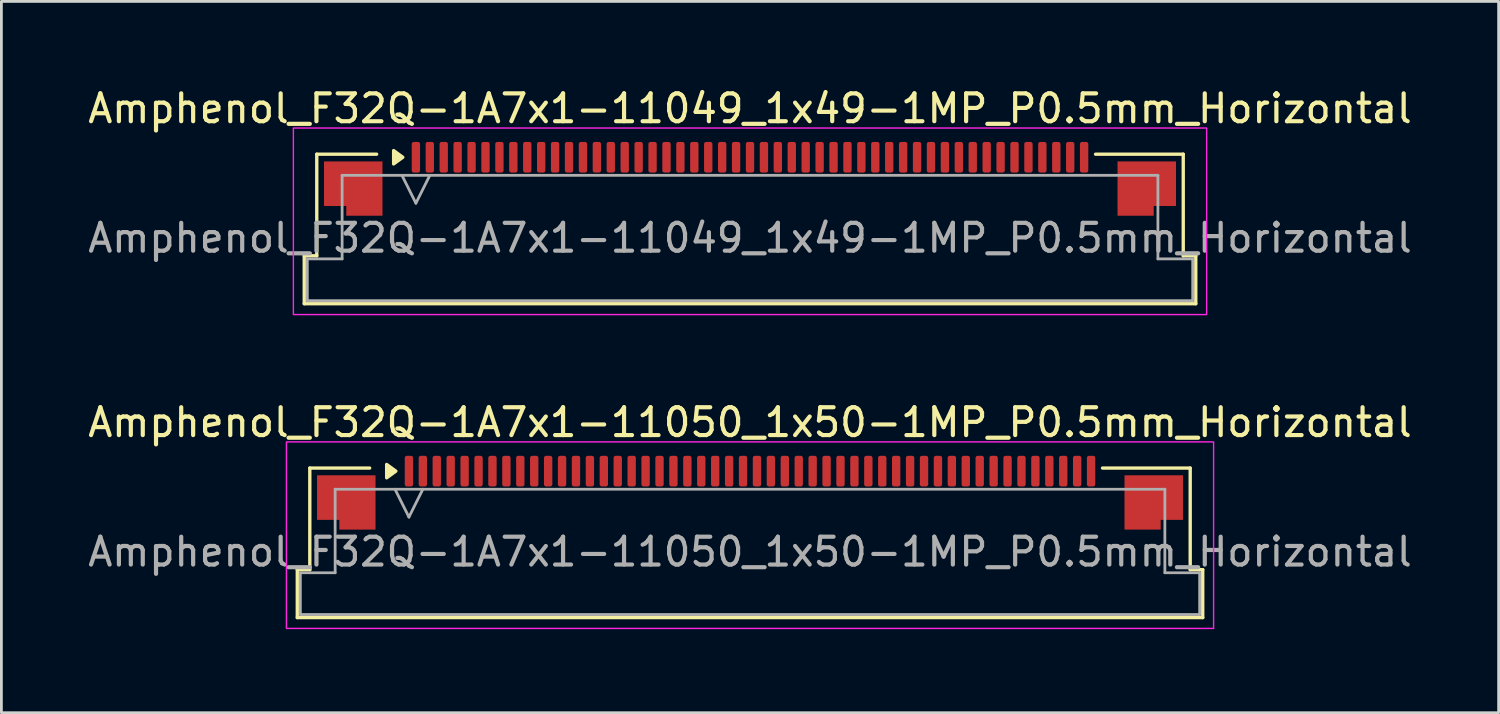
<source format=kicad_pcb>
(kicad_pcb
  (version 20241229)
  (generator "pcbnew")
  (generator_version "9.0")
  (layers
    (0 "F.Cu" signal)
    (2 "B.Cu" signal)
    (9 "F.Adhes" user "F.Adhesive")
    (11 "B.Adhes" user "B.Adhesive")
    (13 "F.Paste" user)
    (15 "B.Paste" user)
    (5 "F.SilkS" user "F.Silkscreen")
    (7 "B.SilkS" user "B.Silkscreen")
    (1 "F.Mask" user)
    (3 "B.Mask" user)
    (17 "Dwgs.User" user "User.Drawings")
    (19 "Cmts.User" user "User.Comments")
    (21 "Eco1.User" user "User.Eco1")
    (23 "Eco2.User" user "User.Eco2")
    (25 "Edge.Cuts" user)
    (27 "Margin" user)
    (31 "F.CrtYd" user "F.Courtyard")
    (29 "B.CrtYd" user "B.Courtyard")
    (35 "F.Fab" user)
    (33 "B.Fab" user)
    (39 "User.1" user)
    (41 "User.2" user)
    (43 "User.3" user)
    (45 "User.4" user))
  (footprint "Amphenol_F32Q-1A7x1-11050_1x50-1MP_P0.5mm_Horizontal"
    (layer "F.Cu")
    (at 23.887 16.771)
    (property "Reference" "Amphenol_F32Q-1A7x1-11050_1x50-1MP_P0.5mm_Horizontal" (at 0 -4.65 0) (layer "F.SilkS") (effects (font (size 1 1) (thickness 0.15))))
    (attr smd)
    (fp_line (start -16.26 0.64) (end -15.81 0.64) (stroke (width 0.12) (type solid)) (layer "F.SilkS"))
    (fp_line (start -16.26 2.36) (end -16.26 0.64) (stroke (width 0.12) (type solid)) (layer "F.SilkS"))
    (fp_line (start -15.81 -3.01) (end -13.66 -3.01) (stroke (width 0.12) (type solid)) (layer "F.SilkS"))
    (fp_line (start -15.81 0.64) (end -15.81 -3.01) (stroke (width 0.12) (type solid)) (layer "F.SilkS"))
    (fp_line (start 12.66 -3.01) (end 15.81 -3.01) (stroke (width 0.12) (type solid)) (layer "F.SilkS"))
    (fp_line (start 15.81 -3.01) (end 15.81 0.64) (stroke (width 0.12) (type solid)) (layer "F.SilkS"))
    (fp_line (start 15.81 0.64) (end 16.26 0.64) (stroke (width 0.12) (type solid)) (layer "F.SilkS"))
    (fp_line (start 16.26 0.64) (end 16.26 2.36) (stroke (width 0.12) (type solid)) (layer "F.SilkS"))
    (fp_line (start 16.26 2.36) (end -16.26 2.36) (stroke (width 0.12) (type solid)) (layer "F.SilkS"))
    (fp_poly (pts (xy -12.72 -2.9) (xy -13.05 -2.66) (xy -13.05 -3.14)) (stroke (width 0.12) (type solid)) (fill yes) (layer "F.SilkS"))
    (fp_rect (start -16.65 -3.95) (end 16.65 2.75) (stroke (width 0.05) (type solid)) (fill no) (layer "F.CrtYd"))
    (fp_line (start -16.15 0.75) (end -14.9 0.75) (stroke (width 0.1) (type solid)) (layer "F.Fab"))
    (fp_line (start -16.15 2.25) (end -16.15 0.75) (stroke (width 0.1) (type solid)) (layer "F.Fab"))
    (fp_line (start -14.9 -2.25) (end 14.9 -2.25) (stroke (width 0.1) (type solid)) (layer "F.Fab"))
    (fp_line (start -14.9 0.75) (end -14.9 -2.25) (stroke (width 0.1) (type solid)) (layer "F.Fab"))
    (fp_line (start -12.75 -2.25) (end -12.25 -1.25) (stroke (width 0.1) (type solid)) (layer "F.Fab"))
    (fp_line (start -12.25 -1.25) (end -11.75 -2.25) (stroke (width 0.1) (type solid)) (layer "F.Fab"))
    (fp_line (start 14.9 -2.25) (end 14.9 0.75) (stroke (width 0.1) (type solid)) (layer "F.Fab"))
    (fp_line (start 14.9 0.75) (end 16.15 0.75) (stroke (width 0.1) (type solid)) (layer "F.Fab"))
    (fp_line (start 16.15 0.75) (end 16.15 2.25) (stroke (width 0.1) (type solid)) (layer "F.Fab"))
    (fp_line (start 16.15 2.25) (end -16.15 2.25) (stroke (width 0.1) (type solid)) (layer "F.Fab"))
    (fp_text user "${REFERENCE}" (at 0 0 0) (layer "F.Fab") (effects (font (size 1 1) (thickness 0.15))))
    (pad "1" smd roundrect (at -12.25 -2.9) (size 0.3 1.1) (layers "F.Cu" "F.Mask" "F.Paste") (roundrect_rratio 0.25))
    (pad "2" smd roundrect (at -11.75 -2.9) (size 0.3 1.1) (layers "F.Cu" "F.Mask" "F.Paste") (roundrect_rratio 0.25))
    (pad "3" smd roundrect (at -11.25 -2.9) (size 0.3 1.1) (layers "F.Cu" "F.Mask" "F.Paste") (roundrect_rratio 0.25))
    (pad "4" smd roundrect (at -10.75 -2.9) (size 0.3 1.1) (layers "F.Cu" "F.Mask" "F.Paste") (roundrect_rratio 0.25))
    (pad "5" smd roundrect (at -10.25 -2.9) (size 0.3 1.1) (layers "F.Cu" "F.Mask" "F.Paste") (roundrect_rratio 0.25))
    (pad "6" smd roundrect (at -9.75 -2.9) (size 0.3 1.1) (layers "F.Cu" "F.Mask" "F.Paste") (roundrect_rratio 0.25))
    (pad "7" smd roundrect (at -9.25 -2.9) (size 0.3 1.1) (layers "F.Cu" "F.Mask" "F.Paste") (roundrect_rratio 0.25))
    (pad "8" smd roundrect (at -8.75 -2.9) (size 0.3 1.1) (layers "F.Cu" "F.Mask" "F.Paste") (roundrect_rratio 0.25))
    (pad "9" smd roundrect (at -8.25 -2.9) (size 0.3 1.1) (layers "F.Cu" "F.Mask" "F.Paste") (roundrect_rratio 0.25))
    (pad "10" smd roundrect (at -7.75 -2.9) (size 0.3 1.1) (layers "F.Cu" "F.Mask" "F.Paste") (roundrect_rratio 0.25))
    (pad "11" smd roundrect (at -7.25 -2.9) (size 0.3 1.1) (layers "F.Cu" "F.Mask" "F.Paste") (roundrect_rratio 0.25))
    (pad "12" smd roundrect (at -6.75 -2.9) (size 0.3 1.1) (layers "F.Cu" "F.Mask" "F.Paste") (roundrect_rratio 0.25))
    (pad "13" smd roundrect (at -6.25 -2.9) (size 0.3 1.1) (layers "F.Cu" "F.Mask" "F.Paste") (roundrect_rratio 0.25))
    (pad "14" smd roundrect (at -5.75 -2.9) (size 0.3 1.1) (layers "F.Cu" "F.Mask" "F.Paste") (roundrect_rratio 0.25))
    (pad "15" smd roundrect (at -5.25 -2.9) (size 0.3 1.1) (layers "F.Cu" "F.Mask" "F.Paste") (roundrect_rratio 0.25))
    (pad "16" smd roundrect (at -4.75 -2.9) (size 0.3 1.1) (layers "F.Cu" "F.Mask" "F.Paste") (roundrect_rratio 0.25))
    (pad "17" smd roundrect (at -4.25 -2.9) (size 0.3 1.1) (layers "F.Cu" "F.Mask" "F.Paste") (roundrect_rratio 0.25))
    (pad "18" smd roundrect (at -3.75 -2.9) (size 0.3 1.1) (layers "F.Cu" "F.Mask" "F.Paste") (roundrect_rratio 0.25))
    (pad "19" smd roundrect (at -3.25 -2.9) (size 0.3 1.1) (layers "F.Cu" "F.Mask" "F.Paste") (roundrect_rratio 0.25))
    (pad "20" smd roundrect (at -2.75 -2.9) (size 0.3 1.1) (layers "F.Cu" "F.Mask" "F.Paste") (roundrect_rratio 0.25))
    (pad "21" smd roundrect (at -2.25 -2.9) (size 0.3 1.1) (layers "F.Cu" "F.Mask" "F.Paste") (roundrect_rratio 0.25))
    (pad "22" smd roundrect (at -1.75 -2.9) (size 0.3 1.1) (layers "F.Cu" "F.Mask" "F.Paste") (roundrect_rratio 0.25))
    (pad "23" smd roundrect (at -1.25 -2.9) (size 0.3 1.1) (layers "F.Cu" "F.Mask" "F.Paste") (roundrect_rratio 0.25))
    (pad "24" smd roundrect (at -0.75 -2.9) (size 0.3 1.1) (layers "F.Cu" "F.Mask" "F.Paste") (roundrect_rratio 0.25))
    (pad "25" smd roundrect (at -0.25 -2.9) (size 0.3 1.1) (layers "F.Cu" "F.Mask" "F.Paste") (roundrect_rratio 0.25))
    (pad "26" smd roundrect (at 0.25 -2.9) (size 0.3 1.1) (layers "F.Cu" "F.Mask" "F.Paste") (roundrect_rratio 0.25))
    (pad "27" smd roundrect (at 0.75 -2.9) (size 0.3 1.1) (layers "F.Cu" "F.Mask" "F.Paste") (roundrect_rratio 0.25))
    (pad "28" smd roundrect (at 1.25 -2.9) (size 0.3 1.1) (layers "F.Cu" "F.Mask" "F.Paste") (roundrect_rratio 0.25))
    (pad "29" smd roundrect (at 1.75 -2.9) (size 0.3 1.1) (layers "F.Cu" "F.Mask" "F.Paste") (roundrect_rratio 0.25))
    (pad "30" smd roundrect (at 2.25 -2.9) (size 0.3 1.1) (layers "F.Cu" "F.Mask" "F.Paste") (roundrect_rratio 0.25))
    (pad "31" smd roundrect (at 2.75 -2.9) (size 0.3 1.1) (layers "F.Cu" "F.Mask" "F.Paste") (roundrect_rratio 0.25))
    (pad "32" smd roundrect (at 3.25 -2.9) (size 0.3 1.1) (layers "F.Cu" "F.Mask" "F.Paste") (roundrect_rratio 0.25))
    (pad "33" smd roundrect (at 3.75 -2.9) (size 0.3 1.1) (layers "F.Cu" "F.Mask" "F.Paste") (roundrect_rratio 0.25))
    (pad "34" smd roundrect (at 4.25 -2.9) (size 0.3 1.1) (layers "F.Cu" "F.Mask" "F.Paste") (roundrect_rratio 0.25))
    (pad "35" smd roundrect (at 4.75 -2.9) (size 0.3 1.1) (layers "F.Cu" "F.Mask" "F.Paste") (roundrect_rratio 0.25))
    (pad "36" smd roundrect (at 5.25 -2.9) (size 0.3 1.1) (layers "F.Cu" "F.Mask" "F.Paste") (roundrect_rratio 0.25))
    (pad "37" smd roundrect (at 5.75 -2.9) (size 0.3 1.1) (layers "F.Cu" "F.Mask" "F.Paste") (roundrect_rratio 0.25))
    (pad "38" smd roundrect (at 6.25 -2.9) (size 0.3 1.1) (layers "F.Cu" "F.Mask" "F.Paste") (roundrect_rratio 0.25))
    (pad "39" smd roundrect (at 6.75 -2.9) (size 0.3 1.1) (layers "F.Cu" "F.Mask" "F.Paste") (roundrect_rratio 0.25))
    (pad "40" smd roundrect (at 7.25 -2.9) (size 0.3 1.1) (layers "F.Cu" "F.Mask" "F.Paste") (roundrect_rratio 0.25))
    (pad "41" smd roundrect (at 7.75 -2.9) (size 0.3 1.1) (layers "F.Cu" "F.Mask" "F.Paste") (roundrect_rratio 0.25))
    (pad "42" smd roundrect (at 8.25 -2.9) (size 0.3 1.1) (layers "F.Cu" "F.Mask" "F.Paste") (roundrect_rratio 0.25))
    (pad "43" smd roundrect (at 8.75 -2.9) (size 0.3 1.1) (layers "F.Cu" "F.Mask" "F.Paste") (roundrect_rratio 0.25))
    (pad "44" smd roundrect (at 9.25 -2.9) (size 0.3 1.1) (layers "F.Cu" "F.Mask" "F.Paste") (roundrect_rratio 0.25))
    (pad "45" smd roundrect (at 9.75 -2.9) (size 0.3 1.1) (layers "F.Cu" "F.Mask" "F.Paste") (roundrect_rratio 0.25))
    (pad "46" smd roundrect (at 10.25 -2.9) (size 0.3 1.1) (layers "F.Cu" "F.Mask" "F.Paste") (roundrect_rratio 0.25))
    (pad "47" smd roundrect (at 10.75 -2.9) (size 0.3 1.1) (layers "F.Cu" "F.Mask" "F.Paste") (roundrect_rratio 0.25))
    (pad "48" smd roundrect (at 11.25 -2.9) (size 0.3 1.1) (layers "F.Cu" "F.Mask" "F.Paste") (roundrect_rratio 0.25))
    (pad "49" smd roundrect (at 11.75 -2.9) (size 0.3 1.1) (layers "F.Cu" "F.Mask" "F.Paste") (roundrect_rratio 0.25))
    (pad "50" smd roundrect (at 12.25 -2.9) (size 0.3 1.1) (layers "F.Cu" "F.Mask" "F.Paste") (roundrect_rratio 0.25))
    (pad "MP" smd custom (at -14.5 -1.775) (size 1 1) (layers "F.Cu" "F.Mask" "F.Paste") (options (anchor circle)) (primitives (gr_poly (pts (xy 1.05 -0.975) (xy 1.05 0.975) (xy -0.25 0.975) (xy -0.25 0.625) (xy -1.05 0.625) (xy -1.05 -0.975)) (width 0) (fill yes))))
    (pad "MP" smd custom (at 14.5 -1.775) (size 1 1) (layers "F.Cu" "F.Mask" "F.Paste") (options (anchor circle)) (primitives (gr_poly (pts (xy -1.05 -0.975) (xy -1.05 0.975) (xy 0.25 0.975) (xy 0.25 0.625) (xy 1.05 0.625) (xy 1.05 -0.975)) (width 0) (fill yes)))))
  (footprint "Amphenol_F32Q-1A7x1-11049_1x49-1MP_P0.5mm_Horizontal"
    (layer "F.Cu")
    (at 23.887 5.498)
    (property "Reference" "Amphenol_F32Q-1A7x1-11049_1x49-1MP_P0.5mm_Horizontal" (at 0 -4.65 0) (layer "F.SilkS") (effects (font (size 1 1) (thickness 0.15))))
    (attr smd)
    (fp_line (start -16.01 0.64) (end -15.56 0.64) (stroke (width 0.12) (type solid)) (layer "F.SilkS"))
    (fp_line (start -16.01 2.36) (end -16.01 0.64) (stroke (width 0.12) (type solid)) (layer "F.SilkS"))
    (fp_line (start -15.56 -3.01) (end -13.41 -3.01) (stroke (width 0.12) (type solid)) (layer "F.SilkS"))
    (fp_line (start -15.56 0.64) (end -15.56 -3.01) (stroke (width 0.12) (type solid)) (layer "F.SilkS"))
    (fp_line (start 12.41 -3.01) (end 15.56 -3.01) (stroke (width 0.12) (type solid)) (layer "F.SilkS"))
    (fp_line (start 15.56 -3.01) (end 15.56 0.64) (stroke (width 0.12) (type solid)) (layer "F.SilkS"))
    (fp_line (start 15.56 0.64) (end 16.01 0.64) (stroke (width 0.12) (type solid)) (layer "F.SilkS"))
    (fp_line (start 16.01 0.64) (end 16.01 2.36) (stroke (width 0.12) (type solid)) (layer "F.SilkS"))
    (fp_line (start 16.01 2.36) (end -16.01 2.36) (stroke (width 0.12) (type solid)) (layer "F.SilkS"))
    (fp_poly (pts (xy -12.47 -2.9) (xy -12.8 -2.66) (xy -12.8 -3.14)) (stroke (width 0.12) (type solid)) (fill yes) (layer "F.SilkS"))
    (fp_rect (start -16.4 -3.95) (end 16.4 2.75) (stroke (width 0.05) (type solid)) (fill no) (layer "F.CrtYd"))
    (fp_line (start -15.9 0.75) (end -14.65 0.75) (stroke (width 0.1) (type solid)) (layer "F.Fab"))
    (fp_line (start -15.9 2.25) (end -15.9 0.75) (stroke (width 0.1) (type solid)) (layer "F.Fab"))
    (fp_line (start -14.65 -2.25) (end 14.65 -2.25) (stroke (width 0.1) (type solid)) (layer "F.Fab"))
    (fp_line (start -14.65 0.75) (end -14.65 -2.25) (stroke (width 0.1) (type solid)) (layer "F.Fab"))
    (fp_line (start -12.5 -2.25) (end -12 -1.25) (stroke (width 0.1) (type solid)) (layer "F.Fab"))
    (fp_line (start -12 -1.25) (end -11.5 -2.25) (stroke (width 0.1) (type solid)) (layer "F.Fab"))
    (fp_line (start 14.65 -2.25) (end 14.65 0.75) (stroke (width 0.1) (type solid)) (layer "F.Fab"))
    (fp_line (start 14.65 0.75) (end 15.9 0.75) (stroke (width 0.1) (type solid)) (layer "F.Fab"))
    (fp_line (start 15.9 0.75) (end 15.9 2.25) (stroke (width 0.1) (type solid)) (layer "F.Fab"))
    (fp_line (start 15.9 2.25) (end -15.9 2.25) (stroke (width 0.1) (type solid)) (layer "F.Fab"))
    (fp_text user "${REFERENCE}" (at 0 0 0) (layer "F.Fab") (effects (font (size 1 1) (thickness 0.15))))
    (pad "1" smd roundrect (at -12 -2.9) (size 0.3 1.1) (layers "F.Cu" "F.Mask" "F.Paste") (roundrect_rratio 0.25))
    (pad "2" smd roundrect (at -11.5 -2.9) (size 0.3 1.1) (layers "F.Cu" "F.Mask" "F.Paste") (roundrect_rratio 0.25))
    (pad "3" smd roundrect (at -11 -2.9) (size 0.3 1.1) (layers "F.Cu" "F.Mask" "F.Paste") (roundrect_rratio 0.25))
    (pad "4" smd roundrect (at -10.5 -2.9) (size 0.3 1.1) (layers "F.Cu" "F.Mask" "F.Paste") (roundrect_rratio 0.25))
    (pad "5" smd roundrect (at -10 -2.9) (size 0.3 1.1) (layers "F.Cu" "F.Mask" "F.Paste") (roundrect_rratio 0.25))
    (pad "6" smd roundrect (at -9.5 -2.9) (size 0.3 1.1) (layers "F.Cu" "F.Mask" "F.Paste") (roundrect_rratio 0.25))
    (pad "7" smd roundrect (at -9 -2.9) (size 0.3 1.1) (layers "F.Cu" "F.Mask" "F.Paste") (roundrect_rratio 0.25))
    (pad "8" smd roundrect (at -8.5 -2.9) (size 0.3 1.1) (layers "F.Cu" "F.Mask" "F.Paste") (roundrect_rratio 0.25))
    (pad "9" smd roundrect (at -8 -2.9) (size 0.3 1.1) (layers "F.Cu" "F.Mask" "F.Paste") (roundrect_rratio 0.25))
    (pad "10" smd roundrect (at -7.5 -2.9) (size 0.3 1.1) (layers "F.Cu" "F.Mask" "F.Paste") (roundrect_rratio 0.25))
    (pad "11" smd roundrect (at -7 -2.9) (size 0.3 1.1) (layers "F.Cu" "F.Mask" "F.Paste") (roundrect_rratio 0.25))
    (pad "12" smd roundrect (at -6.5 -2.9) (size 0.3 1.1) (layers "F.Cu" "F.Mask" "F.Paste") (roundrect_rratio 0.25))
    (pad "13" smd roundrect (at -6 -2.9) (size 0.3 1.1) (layers "F.Cu" "F.Mask" "F.Paste") (roundrect_rratio 0.25))
    (pad "14" smd roundrect (at -5.5 -2.9) (size 0.3 1.1) (layers "F.Cu" "F.Mask" "F.Paste") (roundrect_rratio 0.25))
    (pad "15" smd roundrect (at -5 -2.9) (size 0.3 1.1) (layers "F.Cu" "F.Mask" "F.Paste") (roundrect_rratio 0.25))
    (pad "16" smd roundrect (at -4.5 -2.9) (size 0.3 1.1) (layers "F.Cu" "F.Mask" "F.Paste") (roundrect_rratio 0.25))
    (pad "17" smd roundrect (at -4 -2.9) (size 0.3 1.1) (layers "F.Cu" "F.Mask" "F.Paste") (roundrect_rratio 0.25))
    (pad "18" smd roundrect (at -3.5 -2.9) (size 0.3 1.1) (layers "F.Cu" "F.Mask" "F.Paste") (roundrect_rratio 0.25))
    (pad "19" smd roundrect (at -3 -2.9) (size 0.3 1.1) (layers "F.Cu" "F.Mask" "F.Paste") (roundrect_rratio 0.25))
    (pad "20" smd roundrect (at -2.5 -2.9) (size 0.3 1.1) (layers "F.Cu" "F.Mask" "F.Paste") (roundrect_rratio 0.25))
    (pad "21" smd roundrect (at -2 -2.9) (size 0.3 1.1) (layers "F.Cu" "F.Mask" "F.Paste") (roundrect_rratio 0.25))
    (pad "22" smd roundrect (at -1.5 -2.9) (size 0.3 1.1) (layers "F.Cu" "F.Mask" "F.Paste") (roundrect_rratio 0.25))
    (pad "23" smd roundrect (at -1 -2.9) (size 0.3 1.1) (layers "F.Cu" "F.Mask" "F.Paste") (roundrect_rratio 0.25))
    (pad "24" smd roundrect (at -0.5 -2.9) (size 0.3 1.1) (layers "F.Cu" "F.Mask" "F.Paste") (roundrect_rratio 0.25))
    (pad "25" smd roundrect (at 0 -2.9) (size 0.3 1.1) (layers "F.Cu" "F.Mask" "F.Paste") (roundrect_rratio 0.25))
    (pad "26" smd roundrect (at 0.5 -2.9) (size 0.3 1.1) (layers "F.Cu" "F.Mask" "F.Paste") (roundrect_rratio 0.25))
    (pad "27" smd roundrect (at 1 -2.9) (size 0.3 1.1) (layers "F.Cu" "F.Mask" "F.Paste") (roundrect_rratio 0.25))
    (pad "28" smd roundrect (at 1.5 -2.9) (size 0.3 1.1) (layers "F.Cu" "F.Mask" "F.Paste") (roundrect_rratio 0.25))
    (pad "29" smd roundrect (at 2 -2.9) (size 0.3 1.1) (layers "F.Cu" "F.Mask" "F.Paste") (roundrect_rratio 0.25))
    (pad "30" smd roundrect (at 2.5 -2.9) (size 0.3 1.1) (layers "F.Cu" "F.Mask" "F.Paste") (roundrect_rratio 0.25))
    (pad "31" smd roundrect (at 3 -2.9) (size 0.3 1.1) (layers "F.Cu" "F.Mask" "F.Paste") (roundrect_rratio 0.25))
    (pad "32" smd roundrect (at 3.5 -2.9) (size 0.3 1.1) (layers "F.Cu" "F.Mask" "F.Paste") (roundrect_rratio 0.25))
    (pad "33" smd roundrect (at 4 -2.9) (size 0.3 1.1) (layers "F.Cu" "F.Mask" "F.Paste") (roundrect_rratio 0.25))
    (pad "34" smd roundrect (at 4.5 -2.9) (size 0.3 1.1) (layers "F.Cu" "F.Mask" "F.Paste") (roundrect_rratio 0.25))
    (pad "35" smd roundrect (at 5 -2.9) (size 0.3 1.1) (layers "F.Cu" "F.Mask" "F.Paste") (roundrect_rratio 0.25))
    (pad "36" smd roundrect (at 5.5 -2.9) (size 0.3 1.1) (layers "F.Cu" "F.Mask" "F.Paste") (roundrect_rratio 0.25))
    (pad "37" smd roundrect (at 6 -2.9) (size 0.3 1.1) (layers "F.Cu" "F.Mask" "F.Paste") (roundrect_rratio 0.25))
    (pad "38" smd roundrect (at 6.5 -2.9) (size 0.3 1.1) (layers "F.Cu" "F.Mask" "F.Paste") (roundrect_rratio 0.25))
    (pad "39" smd roundrect (at 7 -2.9) (size 0.3 1.1) (layers "F.Cu" "F.Mask" "F.Paste") (roundrect_rratio 0.25))
    (pad "40" smd roundrect (at 7.5 -2.9) (size 0.3 1.1) (layers "F.Cu" "F.Mask" "F.Paste") (roundrect_rratio 0.25))
    (pad "41" smd roundrect (at 8 -2.9) (size 0.3 1.1) (layers "F.Cu" "F.Mask" "F.Paste") (roundrect_rratio 0.25))
    (pad "42" smd roundrect (at 8.5 -2.9) (size 0.3 1.1) (layers "F.Cu" "F.Mask" "F.Paste") (roundrect_rratio 0.25))
    (pad "43" smd roundrect (at 9 -2.9) (size 0.3 1.1) (layers "F.Cu" "F.Mask" "F.Paste") (roundrect_rratio 0.25))
    (pad "44" smd roundrect (at 9.5 -2.9) (size 0.3 1.1) (layers "F.Cu" "F.Mask" "F.Paste") (roundrect_rratio 0.25))
    (pad "45" smd roundrect (at 10 -2.9) (size 0.3 1.1) (layers "F.Cu" "F.Mask" "F.Paste") (roundrect_rratio 0.25))
    (pad "46" smd roundrect (at 10.5 -2.9) (size 0.3 1.1) (layers "F.Cu" "F.Mask" "F.Paste") (roundrect_rratio 0.25))
    (pad "47" smd roundrect (at 11 -2.9) (size 0.3 1.1) (layers "F.Cu" "F.Mask" "F.Paste") (roundrect_rratio 0.25))
    (pad "48" smd roundrect (at 11.5 -2.9) (size 0.3 1.1) (layers "F.Cu" "F.Mask" "F.Paste") (roundrect_rratio 0.25))
    (pad "49" smd roundrect (at 12 -2.9) (size 0.3 1.1) (layers "F.Cu" "F.Mask" "F.Paste") (roundrect_rratio 0.25))
    (pad "MP" smd custom (at -14.25 -1.775) (size 1 1) (layers "F.Cu" "F.Mask" "F.Paste") (options (anchor circle)) (primitives (gr_poly (pts (xy 1.05 -0.975) (xy 1.05 0.975) (xy -0.25 0.975) (xy -0.25 0.625) (xy -1.05 0.625) (xy -1.05 -0.975)) (width 0) (fill yes))))
    (pad "MP" smd custom (at 14.25 -1.775) (size 1 1) (layers "F.Cu" "F.Mask" "F.Paste") (options (anchor circle)) (primitives (gr_poly (pts (xy -1.05 -0.975) (xy -1.05 0.975) (xy 0.25 0.975) (xy 0.25 0.625) (xy 1.05 0.625) (xy 1.05 -0.975)) (width 0) (fill yes)))))
  (gr_rect
    (start -3 -3)
    (end 50.774 22.547)
    (stroke (width 0.1) (type default))
    (fill no)
    (layer "Edge.Cuts")))
</source>
